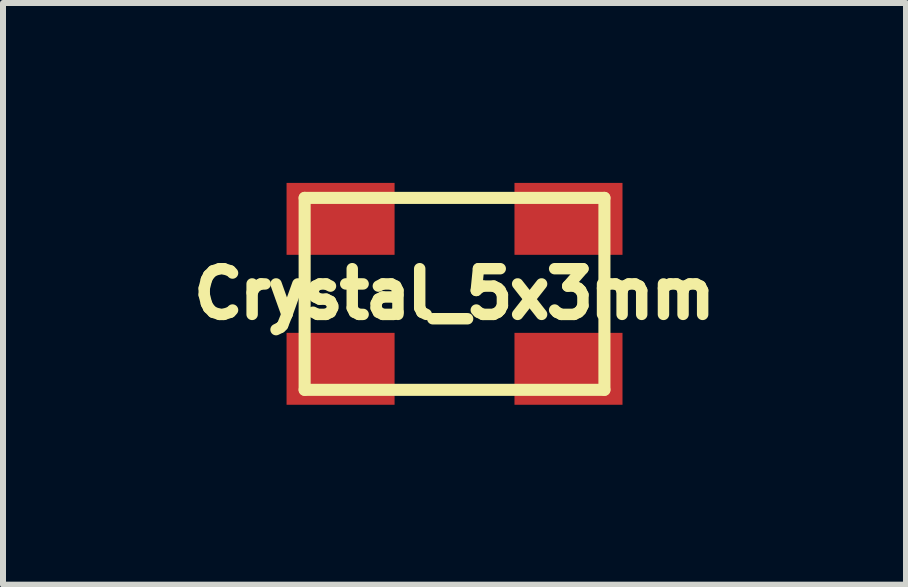
<source format=kicad_pcb>
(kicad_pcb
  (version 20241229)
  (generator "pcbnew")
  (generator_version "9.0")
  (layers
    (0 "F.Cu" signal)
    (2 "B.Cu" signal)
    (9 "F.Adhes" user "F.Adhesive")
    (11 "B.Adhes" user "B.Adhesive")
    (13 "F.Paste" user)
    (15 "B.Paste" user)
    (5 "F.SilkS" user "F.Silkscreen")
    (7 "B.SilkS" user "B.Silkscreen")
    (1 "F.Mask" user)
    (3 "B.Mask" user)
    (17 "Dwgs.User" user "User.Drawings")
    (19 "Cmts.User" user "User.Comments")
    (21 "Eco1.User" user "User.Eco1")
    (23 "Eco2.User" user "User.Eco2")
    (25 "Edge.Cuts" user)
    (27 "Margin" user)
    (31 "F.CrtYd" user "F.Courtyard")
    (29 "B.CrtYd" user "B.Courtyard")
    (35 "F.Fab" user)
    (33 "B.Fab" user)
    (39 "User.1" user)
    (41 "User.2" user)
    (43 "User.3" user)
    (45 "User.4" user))
  (footprint "Crystal_5x3mm"
    (layer "F.Cu")
    (at 4.528 1.849)
    (property "Reference" "Crystal_5x3mm" (at 0 0 0) (layer "F.SilkS") (effects (font (size 0.762 0.762) (thickness 0.191))))
    (attr through_hole)
    (fp_line (start -2.499 -1.6) (end 2.499 -1.6) (stroke (width 0.201) (type solid)) (layer "F.SilkS"))
    (fp_line (start -2.499 1.6) (end -2.499 -1.6) (stroke (width 0.201) (type solid)) (layer "F.SilkS"))
    (fp_line (start 2.499 -1.6) (end 2.499 1.6) (stroke (width 0.201) (type solid)) (layer "F.SilkS"))
    (fp_line (start 2.499 1.6) (end -2.499 1.6) (stroke (width 0.201) (type solid)) (layer "F.SilkS"))
    (pad "1" smd rect (at -1.9 1.25) (size 1.801 1.199) (layers "F.Cu" "F.Mask" "F.Paste"))
    (pad "2" smd rect (at 1.9 -1.25) (size 1.801 1.199) (layers "F.Cu" "F.Mask" "F.Paste"))
    (pad "3" smd rect (at -1.9 -1.25) (size 1.801 1.199) (layers "F.Cu" "F.Mask" "F.Paste"))
    (pad "3" smd rect (at 1.9 1.25) (size 1.801 1.199) (layers "F.Cu" "F.Mask" "F.Paste")))
  (gr_rect
    (start -3 -3)
    (end 12.055 6.698)
    (stroke (width 0.1) (type default))
    (fill no)
    (layer "Edge.Cuts")))
</source>
